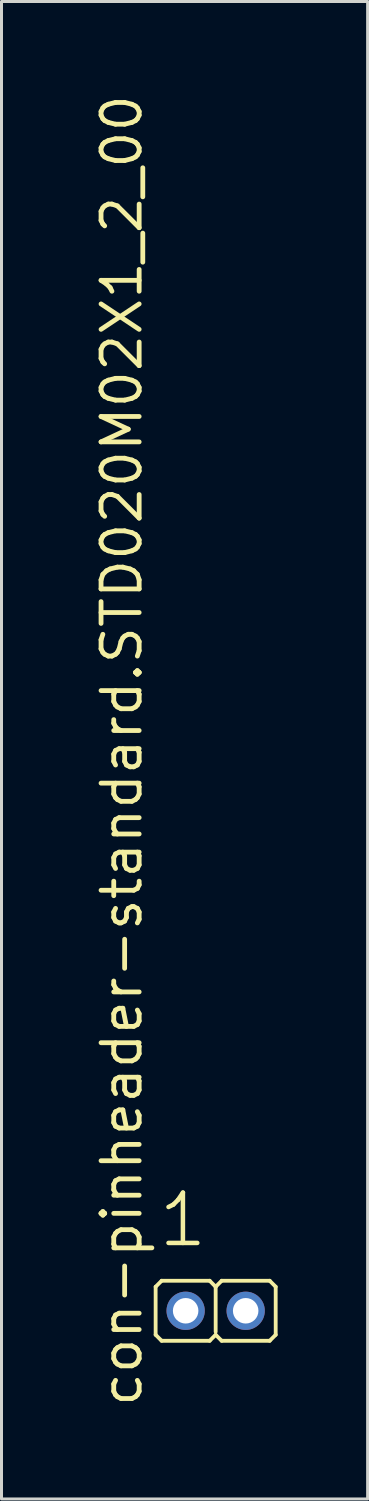
<source format=kicad_pcb>
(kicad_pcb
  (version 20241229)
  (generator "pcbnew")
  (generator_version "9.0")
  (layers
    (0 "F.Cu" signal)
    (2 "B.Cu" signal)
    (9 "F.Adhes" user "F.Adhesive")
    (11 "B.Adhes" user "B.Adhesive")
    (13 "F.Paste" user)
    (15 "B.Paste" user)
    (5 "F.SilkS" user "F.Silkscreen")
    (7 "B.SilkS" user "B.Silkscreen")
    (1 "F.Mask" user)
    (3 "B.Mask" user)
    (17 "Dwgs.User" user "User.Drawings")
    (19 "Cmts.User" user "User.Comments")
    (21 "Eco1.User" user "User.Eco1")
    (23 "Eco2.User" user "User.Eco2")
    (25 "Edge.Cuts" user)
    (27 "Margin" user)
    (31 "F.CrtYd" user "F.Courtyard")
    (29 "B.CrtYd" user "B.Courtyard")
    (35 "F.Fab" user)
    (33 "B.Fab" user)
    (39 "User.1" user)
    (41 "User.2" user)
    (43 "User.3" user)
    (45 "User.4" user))
  (footprint "con-pinheader-standard.STD020M02X1_2_00"
    (layer "F.Cu")
    (at 4.135 40.62)
    (property "Reference" "con-pinheader-standard.STD020M02X1_2_00" (at -2.385 3.27 90) (layer "F.SilkS") (effects (font (size 1.27 1.27) (thickness 0.16)) (justify left bottom)))
    (attr through_hole)
    (fp_line (start -2 0.8) (end -2 -0.8) (stroke (width 0.127) (type default)) (layer "F.SilkS"))
    (fp_line (start -1.8 -1) (end -2 -0.8) (stroke (width 0.127) (type default)) (layer "F.SilkS"))
    (fp_line (start -1.8 -1) (end -0.2 -1) (stroke (width 0.127) (type default)) (layer "F.SilkS"))
    (fp_line (start -1.8 1) (end -2 0.8) (stroke (width 0.127) (type default)) (layer "F.SilkS"))
    (fp_line (start -0.2 -1) (end 0 -0.8) (stroke (width 0.127) (type default)) (layer "F.SilkS"))
    (fp_line (start -0.2 1) (end -1.8 1) (stroke (width 0.127) (type default)) (layer "F.SilkS"))
    (fp_line (start -0.2 1) (end 0 0.8) (stroke (width 0.127) (type default)) (layer "F.SilkS"))
    (fp_line (start 0 -0.8) (end 0 0.7) (stroke (width 0.127) (type default)) (layer "F.SilkS"))
    (fp_line (start 0.2 -1) (end 0 -0.8) (stroke (width 0.127) (type default)) (layer "F.SilkS"))
    (fp_line (start 0.2 -1) (end 1.8 -1) (stroke (width 0.127) (type default)) (layer "F.SilkS"))
    (fp_line (start 0.2 1) (end 0 0.8) (stroke (width 0.127) (type default)) (layer "F.SilkS"))
    (fp_line (start 1.8 -1) (end 2 -0.8) (stroke (width 0.127) (type default)) (layer "F.SilkS"))
    (fp_line (start 1.8 1) (end 0.2 1) (stroke (width 0.127) (type default)) (layer "F.SilkS"))
    (fp_line (start 1.8 1) (end 2 0.8) (stroke (width 0.127) (type default)) (layer "F.SilkS"))
    (fp_line (start 2 -0.8) (end 2 0.8) (stroke (width 0.127) (type default)) (layer "F.SilkS"))
    (fp_rect (start -1.25 0.25) (end -0.75 -0.25) (stroke (width 0.05) (type default)) (fill no) (layer "F.Fab"))
    (fp_rect (start 0.75 0.25) (end 1.25 -0.25) (stroke (width 0.05) (type default)) (fill no) (layer "F.Fab"))
    (fp_text user "1" (at -1.988 -2.048 0) (layer "F.SilkS") (effects (font (size 1.676 1.676) (thickness 0.15)) (justify left bottom)))
    (pad "1" thru_hole circle (at -1 0) (size 1.275 1.275) (drill 0.85) (layers "*.Cu" "*.Mask"))
    (pad "2" thru_hole circle (at 1 0) (size 1.275 1.275) (drill 0.85) (layers "*.Cu" "*.Mask")))
  (gr_rect
    (start -3 -3)
    (end 9.198 46.89)
    (stroke (width 0.1) (type default))
    (fill no)
    (layer "Edge.Cuts")))
</source>
